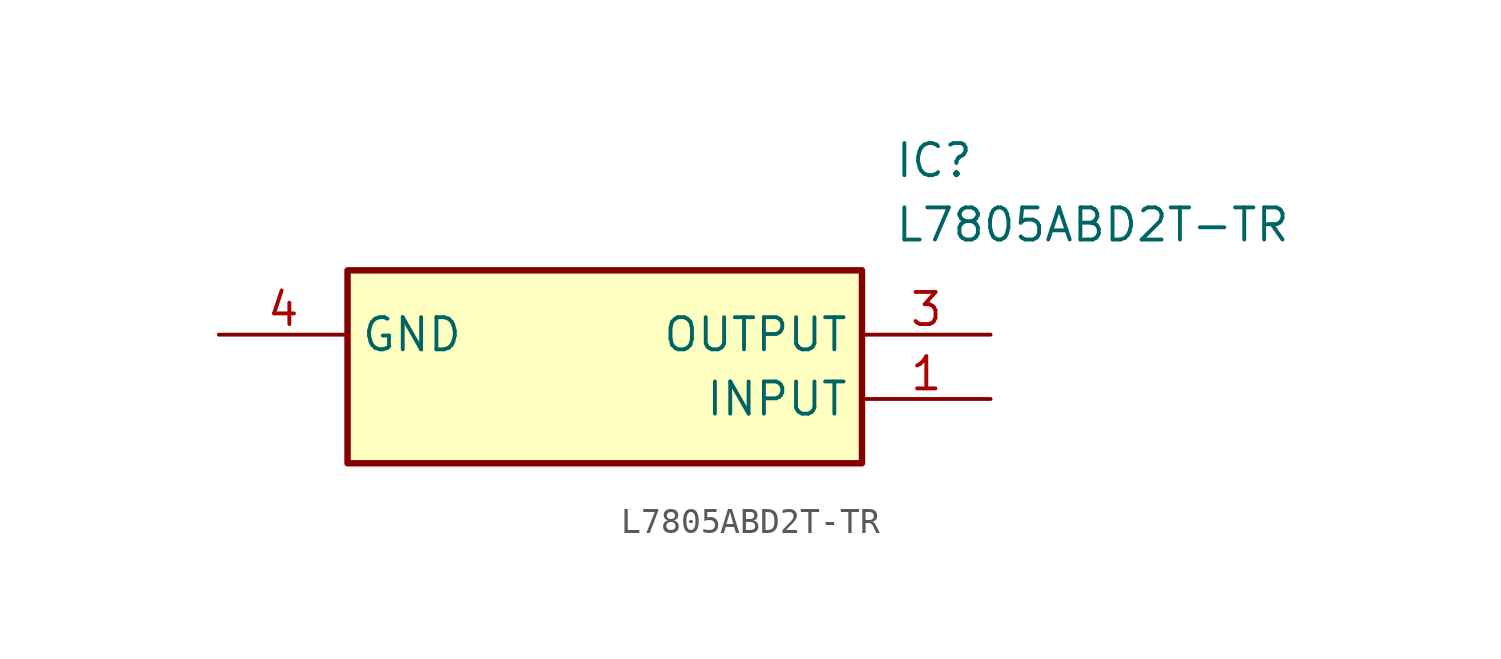
<source format=kicad_sym>
(kicad_symbol_lib
  (version 20211014)
  (generator SamacSys_ECAD_Model)
  (symbol "L7805ABD2T-TR"
    (property "Reference" "IC"
      (at 26.67 7.62 0)
      (effects (font (size 1.27 1.27)) (justify left top)))
    (property "Value" "L7805ABD2T-TR"
      (at 26.67 5.08 0)
      (effects (font (size 1.27 1.27)) (justify left top)))
    (rectangle
      (start 5.08 2.54)
      (end 25.4 -5.08)
      (stroke (width 0.254) (type default))
      (fill (type background)))
    (pin passive line
      (at 30.48 -2.54 180)
      (length 5.08)
      (name "INPUT" (effects (font (size 1.27 1.27))))
      (number "1" (effects (font (size 1.27 1.27)))))
    (pin passive line
      (at 30.48 0 180)
      (length 5.08)
      (name "OUTPUT" (effects (font (size 1.27 1.27))))
      (number "3" (effects (font (size 1.27 1.27)))))
    (pin passive line
      (at 0 0 0)
      (length 5.08)
      (name "GND" (effects (font (size 1.27 1.27))))
      (number "4" (effects (font (size 1.27 1.27)))))))
</source>
